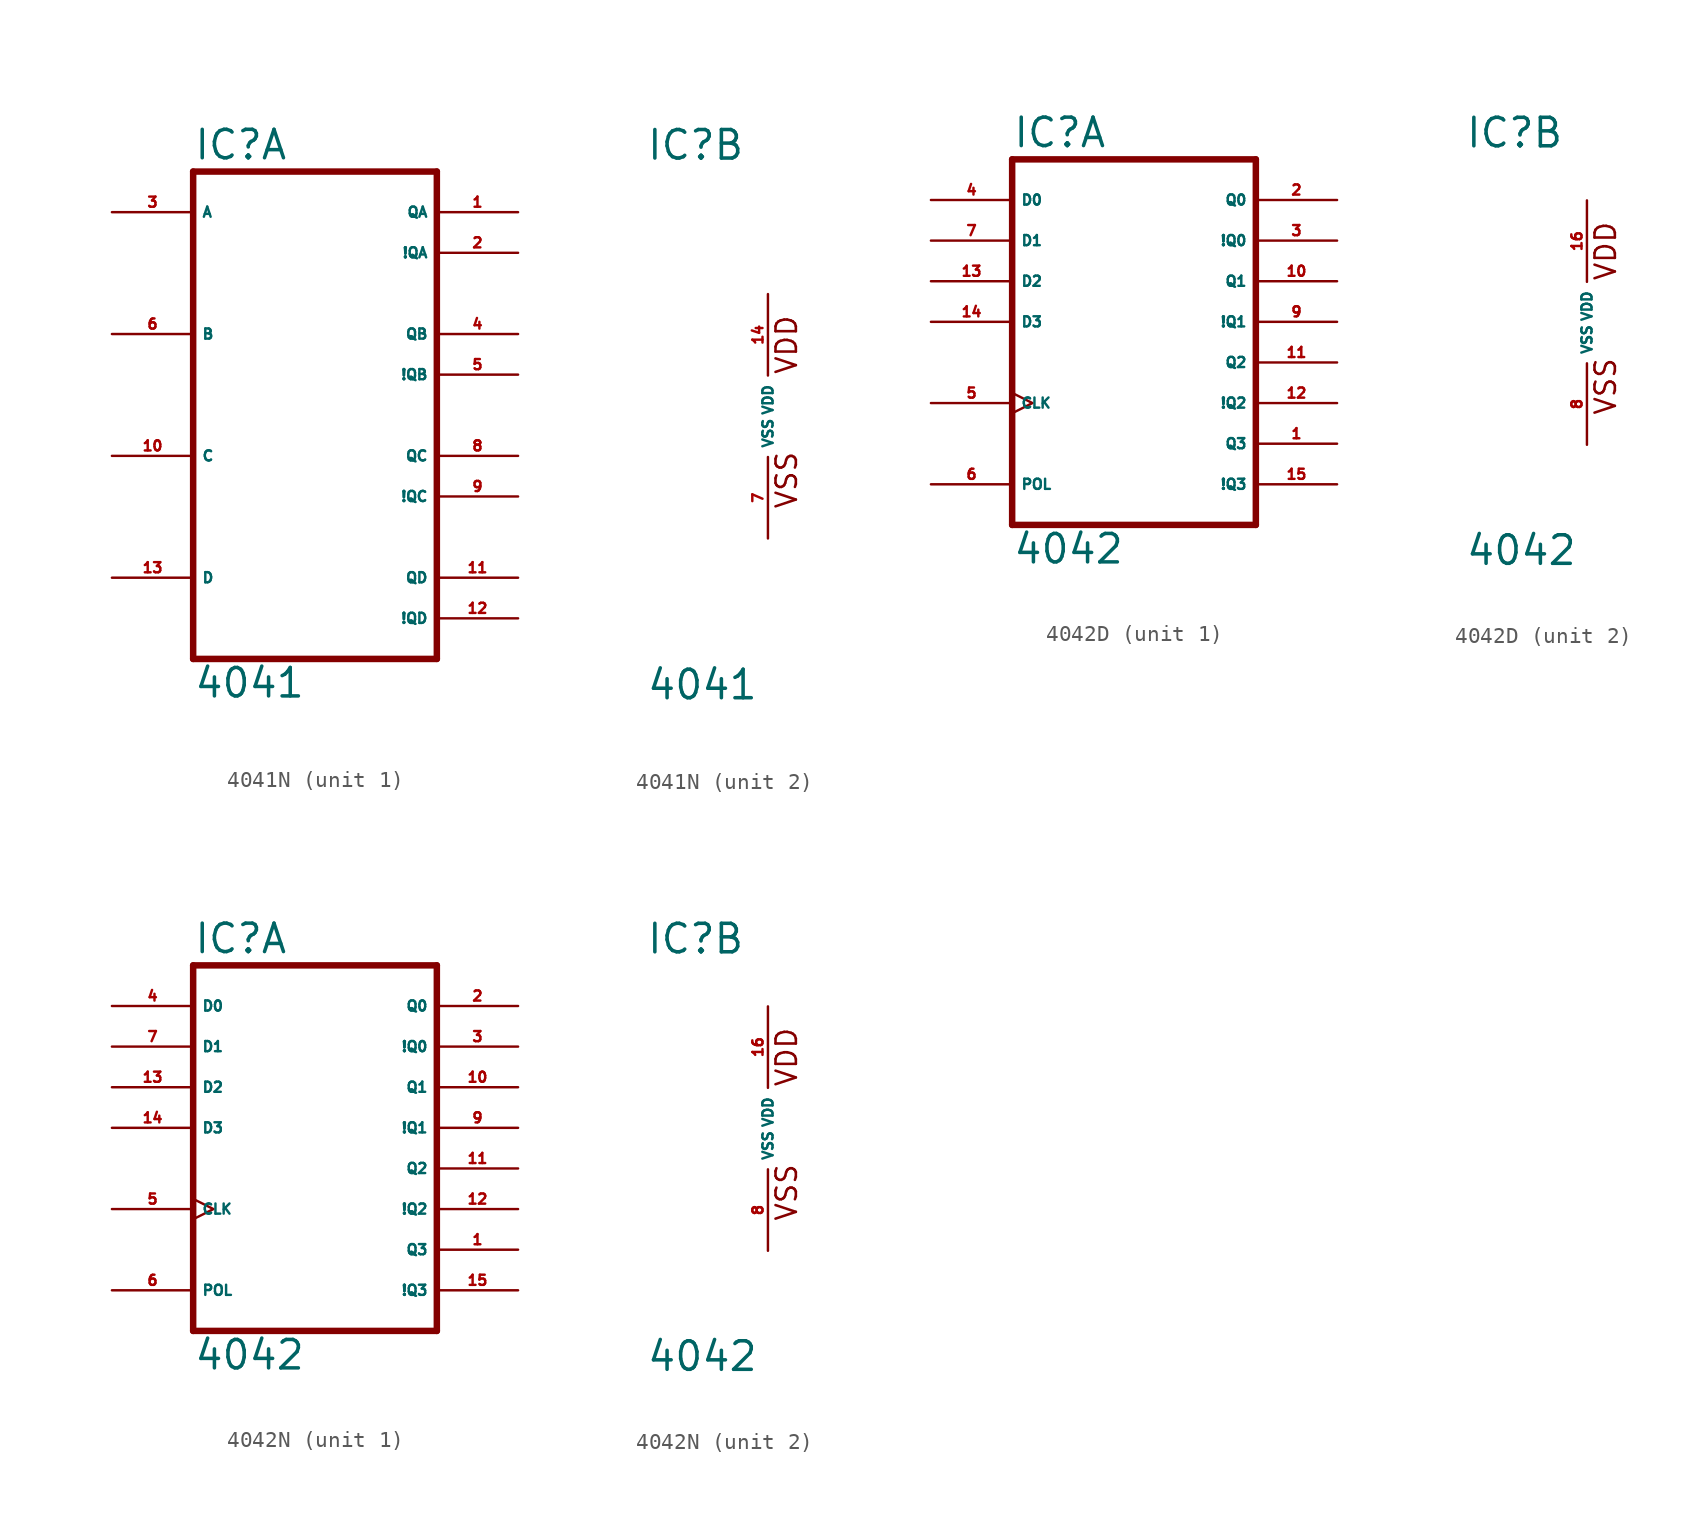
<source format=kicad_sym>
(kicad_symbol_lib
  (version 20220914)
  (generator Eagle2Kicad)
  (symbol "4041N"
    (property "Reference" "IC"
      (at -7.62 15.875 0)
      (effects (font (size 1.778 1.778) (thickness 0.22)) (justify left bottom)))
    (property "Value" "4041"
      (at -7.62 -17.78 0)
      (effects (font (size 1.778 1.778) (thickness 0.22)) (justify left bottom)))
    (symbol "4041N_1_0"
      (polyline (pts (xy -7.62 -15.24) (xy 7.62 -15.24)) (stroke (width 0.406) (type default)) (fill (type none)))
      (polyline (pts (xy 7.62 -15.24) (xy 7.62 15.24)) (stroke (width 0.406) (type default)) (fill (type none)))
      (polyline (pts (xy 7.62 15.24) (xy -7.62 15.24)) (stroke (width 0.406) (type default)) (fill (type none)))
      (polyline (pts (xy -7.62 15.24) (xy -7.62 -15.24)) (stroke (width 0.406) (type default)) (fill (type none)))
      (pin output line (at 12.7 12.7 180) (length 5.08) (name "QA" (effects (font (size 0.635 0.635) (thickness 0.08)) (justify left bottom))) (number "1" (effects (font (size 0.635 0.635) (thickness 0.08)) (justify left bottom))))
      (pin output line (at 12.7 10.16 180) (length 5.08) (name "!QA" (effects (font (size 0.635 0.635) (thickness 0.08)) (justify left bottom))) (number "2" (effects (font (size 0.635 0.635) (thickness 0.08)) (justify left bottom))))
      (pin input line (at -12.7 12.7 0) (length 5.08) (name "A" (effects (font (size 0.635 0.635) (thickness 0.08)) (justify left bottom))) (number "3" (effects (font (size 0.635 0.635) (thickness 0.08)) (justify left bottom))))
      (pin output line (at 12.7 5.08 180) (length 5.08) (name "QB" (effects (font (size 0.635 0.635) (thickness 0.08)) (justify left bottom))) (number "4" (effects (font (size 0.635 0.635) (thickness 0.08)) (justify left bottom))))
      (pin output line (at 12.7 2.54 180) (length 5.08) (name "!QB" (effects (font (size 0.635 0.635) (thickness 0.08)) (justify left bottom))) (number "5" (effects (font (size 0.635 0.635) (thickness 0.08)) (justify left bottom))))
      (pin input line (at -12.7 5.08 0) (length 5.08) (name "B" (effects (font (size 0.635 0.635) (thickness 0.08)) (justify left bottom))) (number "6" (effects (font (size 0.635 0.635) (thickness 0.08)) (justify left bottom))))
      (pin output line (at 12.7 -2.54 180) (length 5.08) (name "QC" (effects (font (size 0.635 0.635) (thickness 0.08)) (justify left bottom))) (number "8" (effects (font (size 0.635 0.635) (thickness 0.08)) (justify left bottom))))
      (pin output line (at 12.7 -5.08 180) (length 5.08) (name "!QC" (effects (font (size 0.635 0.635) (thickness 0.08)) (justify left bottom))) (number "9" (effects (font (size 0.635 0.635) (thickness 0.08)) (justify left bottom))))
      (pin input line (at -12.7 -2.54 0) (length 5.08) (name "C" (effects (font (size 0.635 0.635) (thickness 0.08)) (justify left bottom))) (number "10" (effects (font (size 0.635 0.635) (thickness 0.08)) (justify left bottom))))
      (pin output line (at 12.7 -10.16 180) (length 5.08) (name "QD" (effects (font (size 0.635 0.635) (thickness 0.08)) (justify left bottom))) (number "11" (effects (font (size 0.635 0.635) (thickness 0.08)) (justify left bottom))))
      (pin output line (at 12.7 -12.7 180) (length 5.08) (name "!QD" (effects (font (size 0.635 0.635) (thickness 0.08)) (justify left bottom))) (number "12" (effects (font (size 0.635 0.635) (thickness 0.08)) (justify left bottom))))
      (pin input line (at -12.7 -10.16 0) (length 5.08) (name "D" (effects (font (size 0.635 0.635) (thickness 0.08)) (justify left bottom))) (number "13" (effects (font (size 0.635 0.635) (thickness 0.08)) (justify left bottom)))))
    (symbol "4041N_2_0"
      (text "VDD" (at 1.905 2.54 900) (effects (font (size 1.27 1.27) (thickness 0.16)) (justify left bottom)))
      (text "VSS" (at 1.905 -5.842 900) (effects (font (size 1.27 1.27) (thickness 0.16)) (justify left bottom)))
      (pin unspecified line (at 0 -7.62 90) (length 5.08) (name "VSS" (effects (font (size 0.635 0.635) (thickness 0.08)) (justify left bottom))) (number "7" (effects (font (size 0.635 0.635) (thickness 0.08)) (justify left bottom))))
      (pin unspecified line (at 0 7.62 270) (length 5.08) (name "VDD" (effects (font (size 0.635 0.635) (thickness 0.08)) (justify left bottom))) (number "14" (effects (font (size 0.635 0.635) (thickness 0.08)) (justify left bottom))))))
  (symbol "4042D"
    (property "Reference" "IC"
      (at -7.62 10.795 0)
      (effects (font (size 1.778 1.778) (thickness 0.22)) (justify left bottom)))
    (property "Value" "4042"
      (at -7.62 -15.24 0)
      (effects (font (size 1.778 1.778) (thickness 0.22)) (justify left bottom)))
    (symbol "4042D_1_0"
      (polyline (pts (xy -7.62 -12.7) (xy 7.62 -12.7)) (stroke (width 0.406) (type default)) (fill (type none)))
      (polyline (pts (xy 7.62 -12.7) (xy 7.62 10.16)) (stroke (width 0.406) (type default)) (fill (type none)))
      (polyline (pts (xy 7.62 10.16) (xy -7.62 10.16)) (stroke (width 0.406) (type default)) (fill (type none)))
      (polyline (pts (xy -7.62 10.16) (xy -7.62 -12.7)) (stroke (width 0.406) (type default)) (fill (type none)))
      (pin output line (at 12.7 -7.62 180) (length 5.08) (name "Q3" (effects (font (size 0.635 0.635) (thickness 0.08)) (justify left bottom))) (number "1" (effects (font (size 0.635 0.635) (thickness 0.08)) (justify left bottom))))
      (pin output line (at 12.7 7.62 180) (length 5.08) (name "Q0" (effects (font (size 0.635 0.635) (thickness 0.08)) (justify left bottom))) (number "2" (effects (font (size 0.635 0.635) (thickness 0.08)) (justify left bottom))))
      (pin output line (at 12.7 5.08 180) (length 5.08) (name "!Q0" (effects (font (size 0.635 0.635) (thickness 0.08)) (justify left bottom))) (number "3" (effects (font (size 0.635 0.635) (thickness 0.08)) (justify left bottom))))
      (pin input line (at -12.7 7.62 0) (length 5.08) (name "D0" (effects (font (size 0.635 0.635) (thickness 0.08)) (justify left bottom))) (number "4" (effects (font (size 0.635 0.635) (thickness 0.08)) (justify left bottom))))
      (pin input clock (at -12.7 -5.08 0) (length 5.08) (name "CLK" (effects (font (size 0.635 0.635) (thickness 0.08)) (justify left bottom))) (number "5" (effects (font (size 0.635 0.635) (thickness 0.08)) (justify left bottom))))
      (pin input line (at -12.7 -10.16 0) (length 5.08) (name "POL" (effects (font (size 0.635 0.635) (thickness 0.08)) (justify left bottom))) (number "6" (effects (font (size 0.635 0.635) (thickness 0.08)) (justify left bottom))))
      (pin input line (at -12.7 5.08 0) (length 5.08) (name "D1" (effects (font (size 0.635 0.635) (thickness 0.08)) (justify left bottom))) (number "7" (effects (font (size 0.635 0.635) (thickness 0.08)) (justify left bottom))))
      (pin output line (at 12.7 0 180) (length 5.08) (name "!Q1" (effects (font (size 0.635 0.635) (thickness 0.08)) (justify left bottom))) (number "9" (effects (font (size 0.635 0.635) (thickness 0.08)) (justify left bottom))))
      (pin output line (at 12.7 2.54 180) (length 5.08) (name "Q1" (effects (font (size 0.635 0.635) (thickness 0.08)) (justify left bottom))) (number "10" (effects (font (size 0.635 0.635) (thickness 0.08)) (justify left bottom))))
      (pin output line (at 12.7 -2.54 180) (length 5.08) (name "Q2" (effects (font (size 0.635 0.635) (thickness 0.08)) (justify left bottom))) (number "11" (effects (font (size 0.635 0.635) (thickness 0.08)) (justify left bottom))))
      (pin output line (at 12.7 -5.08 180) (length 5.08) (name "!Q2" (effects (font (size 0.635 0.635) (thickness 0.08)) (justify left bottom))) (number "12" (effects (font (size 0.635 0.635) (thickness 0.08)) (justify left bottom))))
      (pin input line (at -12.7 2.54 0) (length 5.08) (name "D2" (effects (font (size 0.635 0.635) (thickness 0.08)) (justify left bottom))) (number "13" (effects (font (size 0.635 0.635) (thickness 0.08)) (justify left bottom))))
      (pin input line (at -12.7 0 0) (length 5.08) (name "D3" (effects (font (size 0.635 0.635) (thickness 0.08)) (justify left bottom))) (number "14" (effects (font (size 0.635 0.635) (thickness 0.08)) (justify left bottom))))
      (pin output line (at 12.7 -10.16 180) (length 5.08) (name "!Q3" (effects (font (size 0.635 0.635) (thickness 0.08)) (justify left bottom))) (number "15" (effects (font (size 0.635 0.635) (thickness 0.08)) (justify left bottom)))))
    (symbol "4042D_2_0"
      (text "VDD" (at 1.905 2.54 900) (effects (font (size 1.27 1.27) (thickness 0.16)) (justify left bottom)))
      (text "VSS" (at 1.905 -5.842 900) (effects (font (size 1.27 1.27) (thickness 0.16)) (justify left bottom)))
      (pin unspecified line (at 0 -7.62 90) (length 5.08) (name "VSS" (effects (font (size 0.635 0.635) (thickness 0.08)) (justify left bottom))) (number "8" (effects (font (size 0.635 0.635) (thickness 0.08)) (justify left bottom))))
      (pin unspecified line (at 0 7.62 270) (length 5.08) (name "VDD" (effects (font (size 0.635 0.635) (thickness 0.08)) (justify left bottom))) (number "16" (effects (font (size 0.635 0.635) (thickness 0.08)) (justify left bottom))))))
  (symbol "4042N"
    (property "Reference" "IC"
      (at -7.62 10.795 0)
      (effects (font (size 1.778 1.778) (thickness 0.22)) (justify left bottom)))
    (property "Value" "4042"
      (at -7.62 -15.24 0)
      (effects (font (size 1.778 1.778) (thickness 0.22)) (justify left bottom)))
    (symbol "4042N_1_0"
      (polyline (pts (xy -7.62 -12.7) (xy 7.62 -12.7)) (stroke (width 0.406) (type default)) (fill (type none)))
      (polyline (pts (xy 7.62 -12.7) (xy 7.62 10.16)) (stroke (width 0.406) (type default)) (fill (type none)))
      (polyline (pts (xy 7.62 10.16) (xy -7.62 10.16)) (stroke (width 0.406) (type default)) (fill (type none)))
      (polyline (pts (xy -7.62 10.16) (xy -7.62 -12.7)) (stroke (width 0.406) (type default)) (fill (type none)))
      (pin output line (at 12.7 -7.62 180) (length 5.08) (name "Q3" (effects (font (size 0.635 0.635) (thickness 0.08)) (justify left bottom))) (number "1" (effects (font (size 0.635 0.635) (thickness 0.08)) (justify left bottom))))
      (pin output line (at 12.7 7.62 180) (length 5.08) (name "Q0" (effects (font (size 0.635 0.635) (thickness 0.08)) (justify left bottom))) (number "2" (effects (font (size 0.635 0.635) (thickness 0.08)) (justify left bottom))))
      (pin output line (at 12.7 5.08 180) (length 5.08) (name "!Q0" (effects (font (size 0.635 0.635) (thickness 0.08)) (justify left bottom))) (number "3" (effects (font (size 0.635 0.635) (thickness 0.08)) (justify left bottom))))
      (pin input line (at -12.7 7.62 0) (length 5.08) (name "D0" (effects (font (size 0.635 0.635) (thickness 0.08)) (justify left bottom))) (number "4" (effects (font (size 0.635 0.635) (thickness 0.08)) (justify left bottom))))
      (pin input clock (at -12.7 -5.08 0) (length 5.08) (name "CLK" (effects (font (size 0.635 0.635) (thickness 0.08)) (justify left bottom))) (number "5" (effects (font (size 0.635 0.635) (thickness 0.08)) (justify left bottom))))
      (pin input line (at -12.7 -10.16 0) (length 5.08) (name "POL" (effects (font (size 0.635 0.635) (thickness 0.08)) (justify left bottom))) (number "6" (effects (font (size 0.635 0.635) (thickness 0.08)) (justify left bottom))))
      (pin input line (at -12.7 5.08 0) (length 5.08) (name "D1" (effects (font (size 0.635 0.635) (thickness 0.08)) (justify left bottom))) (number "7" (effects (font (size 0.635 0.635) (thickness 0.08)) (justify left bottom))))
      (pin output line (at 12.7 0 180) (length 5.08) (name "!Q1" (effects (font (size 0.635 0.635) (thickness 0.08)) (justify left bottom))) (number "9" (effects (font (size 0.635 0.635) (thickness 0.08)) (justify left bottom))))
      (pin output line (at 12.7 2.54 180) (length 5.08) (name "Q1" (effects (font (size 0.635 0.635) (thickness 0.08)) (justify left bottom))) (number "10" (effects (font (size 0.635 0.635) (thickness 0.08)) (justify left bottom))))
      (pin output line (at 12.7 -2.54 180) (length 5.08) (name "Q2" (effects (font (size 0.635 0.635) (thickness 0.08)) (justify left bottom))) (number "11" (effects (font (size 0.635 0.635) (thickness 0.08)) (justify left bottom))))
      (pin output line (at 12.7 -5.08 180) (length 5.08) (name "!Q2" (effects (font (size 0.635 0.635) (thickness 0.08)) (justify left bottom))) (number "12" (effects (font (size 0.635 0.635) (thickness 0.08)) (justify left bottom))))
      (pin input line (at -12.7 2.54 0) (length 5.08) (name "D2" (effects (font (size 0.635 0.635) (thickness 0.08)) (justify left bottom))) (number "13" (effects (font (size 0.635 0.635) (thickness 0.08)) (justify left bottom))))
      (pin input line (at -12.7 0 0) (length 5.08) (name "D3" (effects (font (size 0.635 0.635) (thickness 0.08)) (justify left bottom))) (number "14" (effects (font (size 0.635 0.635) (thickness 0.08)) (justify left bottom))))
      (pin output line (at 12.7 -10.16 180) (length 5.08) (name "!Q3" (effects (font (size 0.635 0.635) (thickness 0.08)) (justify left bottom))) (number "15" (effects (font (size 0.635 0.635) (thickness 0.08)) (justify left bottom)))))
    (symbol "4042N_2_0"
      (text "VDD" (at 1.905 2.54 900) (effects (font (size 1.27 1.27) (thickness 0.16)) (justify left bottom)))
      (text "VSS" (at 1.905 -5.842 900) (effects (font (size 1.27 1.27) (thickness 0.16)) (justify left bottom)))
      (pin unspecified line (at 0 -7.62 90) (length 5.08) (name "VSS" (effects (font (size 0.635 0.635) (thickness 0.08)) (justify left bottom))) (number "8" (effects (font (size 0.635 0.635) (thickness 0.08)) (justify left bottom))))
      (pin unspecified line (at 0 7.62 270) (length 5.08) (name "VDD" (effects (font (size 0.635 0.635) (thickness 0.08)) (justify left bottom))) (number "16" (effects (font (size 0.635 0.635) (thickness 0.08)) (justify left bottom)))))))
</source>
